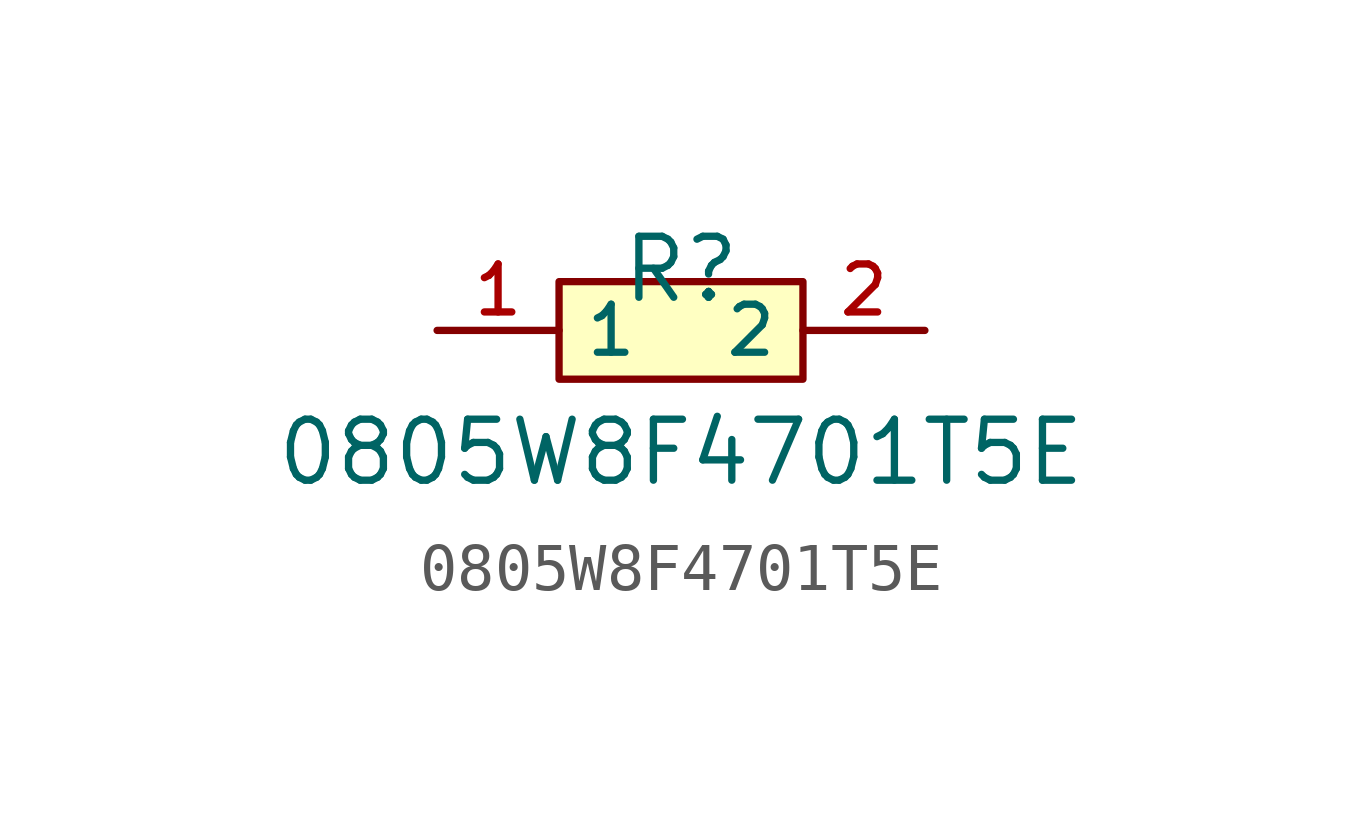
<source format=kicad_sym>
(kicad_symbol_lib
  (version 20210201)
  (generator TousstNicolas/JLC2KiCad_lib)
  (symbol "0805W8F4701T5E"
    (property "Reference" "R"
      (at 0 1.27 0)
      (effects (font (size 1.27 1.27))))
    (property "Value" "0805W8F4701T5E"
      (at 0 -2.54 0)
      (effects (font (size 1.27 1.27))))
    (symbol "0805W8F4701T5E_0_1"
      (pin input line (at 5.08 -0.0 180) (length 2.54) (name "2" (effects (font (size 1 1)))) (number "2" (effects (font (size 1 1)))))
      (pin input line (at -5.08 -0.0 0) (length 2.54) (name "1" (effects (font (size 1 1)))) (number "1" (effects (font (size 1 1)))))
      (rectangle (start -2.54 1.016) (end 2.54 -1.016) (stroke (width 0) (type default) (color 0 0 0 0)) (fill (type background))))))
</source>
